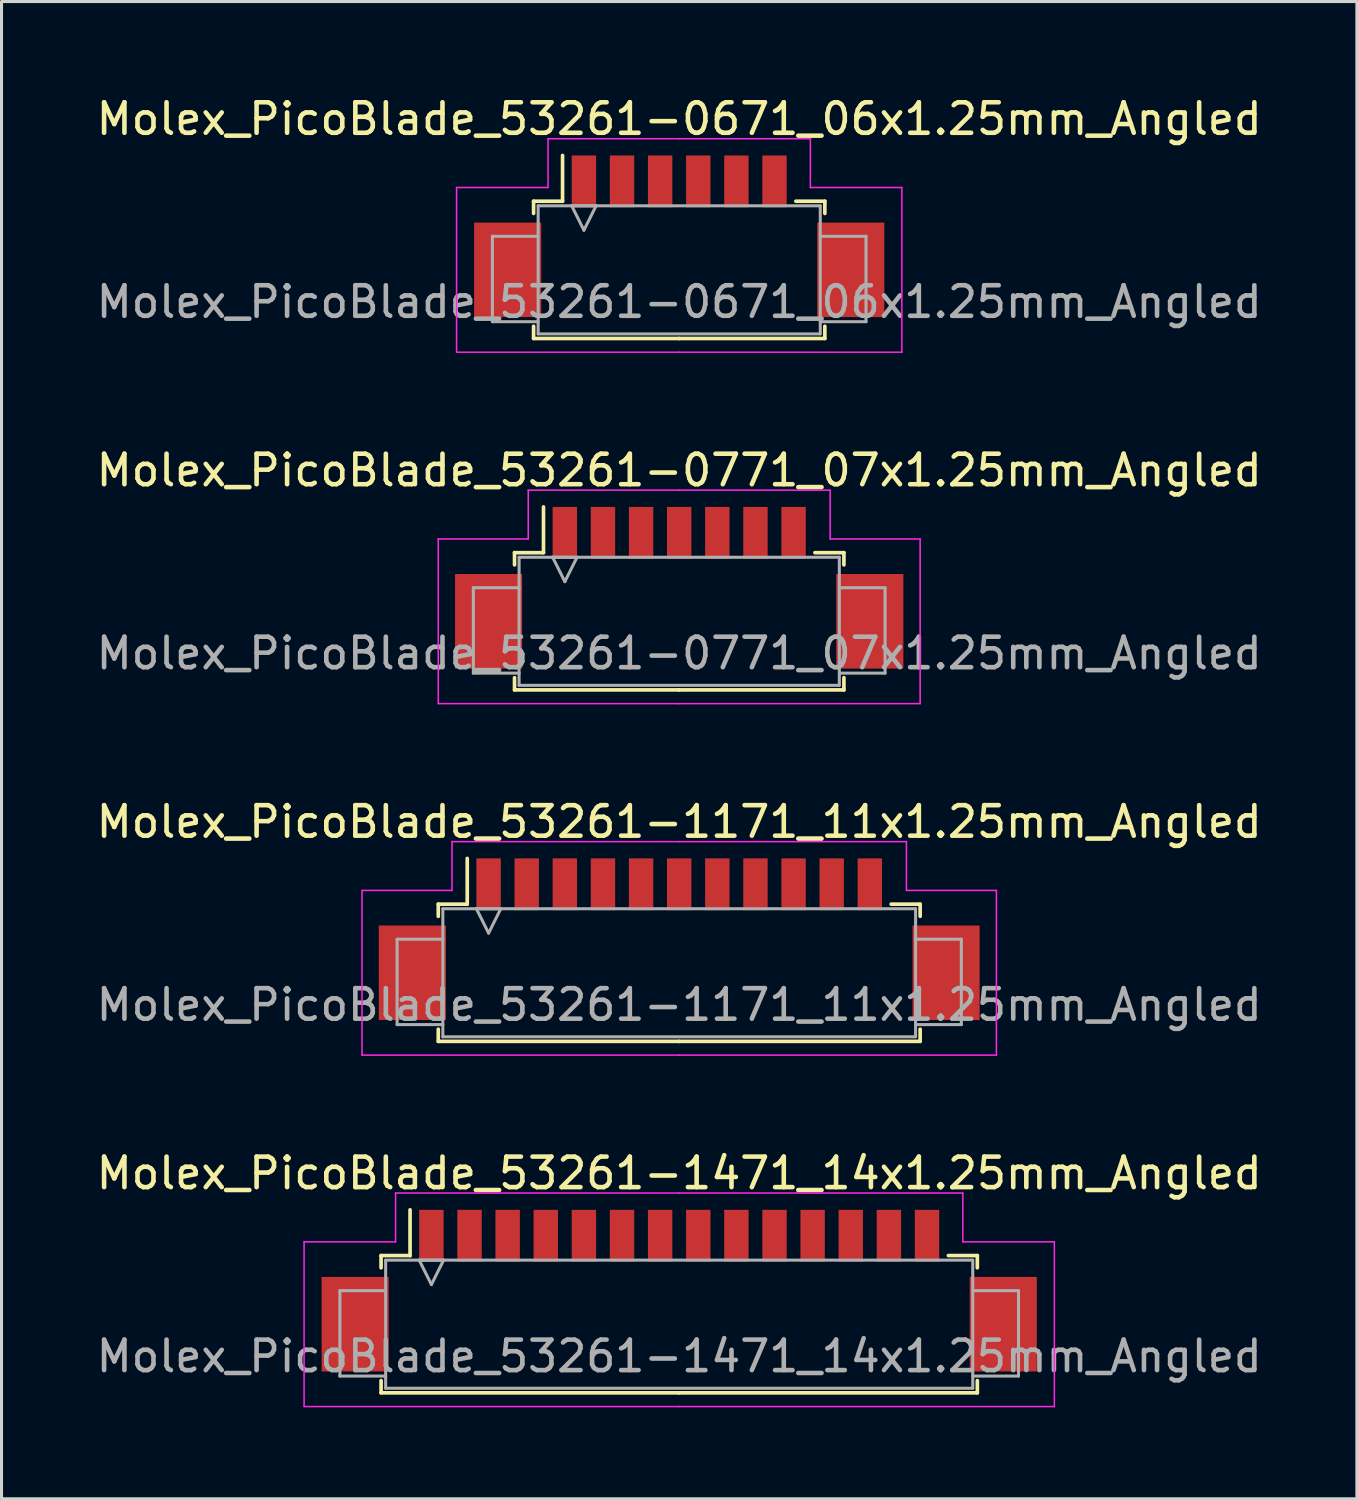
<source format=kicad_pcb>
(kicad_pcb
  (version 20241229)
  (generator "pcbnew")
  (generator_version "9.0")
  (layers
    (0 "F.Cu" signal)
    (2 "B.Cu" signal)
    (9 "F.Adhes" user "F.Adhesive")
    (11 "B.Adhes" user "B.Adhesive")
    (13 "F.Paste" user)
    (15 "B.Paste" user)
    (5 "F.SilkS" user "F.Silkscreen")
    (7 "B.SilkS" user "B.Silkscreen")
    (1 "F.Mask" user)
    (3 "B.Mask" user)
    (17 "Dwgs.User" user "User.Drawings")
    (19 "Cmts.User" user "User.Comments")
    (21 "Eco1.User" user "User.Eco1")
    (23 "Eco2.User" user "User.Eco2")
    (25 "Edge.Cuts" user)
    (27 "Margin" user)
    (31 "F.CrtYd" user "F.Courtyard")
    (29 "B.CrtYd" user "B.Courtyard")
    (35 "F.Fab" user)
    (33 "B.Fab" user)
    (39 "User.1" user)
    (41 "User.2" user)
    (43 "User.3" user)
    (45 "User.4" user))
  (footprint "Molex_PicoBlade_53261-1171_11x1.25mm_Angled"
    (layer "F.Cu")
    (at 19.22 27.395)
    (property "Reference" "Molex_PicoBlade_53261-1171_11x1.25mm_Angled" (at 0 -3.5 0) (layer "F.SilkS") (effects (font (size 1 1) (thickness 0.15))))
    (attr smd)
    (fp_line (start -7.9 -0.8) (end -7.9 -0.4) (stroke (width 0.12) (type solid)) (layer "F.SilkS"))
    (fp_line (start -7.9 3.3) (end -7.9 3.7) (stroke (width 0.12) (type solid)) (layer "F.SilkS"))
    (fp_line (start -7.9 3.7) (end 0 3.7) (stroke (width 0.12) (type solid)) (layer "F.SilkS"))
    (fp_line (start -6.95 -0.8) (end -7.9 -0.8) (stroke (width 0.12) (type solid)) (layer "F.SilkS"))
    (fp_line (start -6.95 -0.8) (end -6.95 -2.3) (stroke (width 0.12) (type solid)) (layer "F.SilkS"))
    (fp_line (start 6.95 -0.8) (end 7.9 -0.8) (stroke (width 0.12) (type solid)) (layer "F.SilkS"))
    (fp_line (start 7.9 -0.8) (end 7.9 -0.4) (stroke (width 0.12) (type solid)) (layer "F.SilkS"))
    (fp_line (start 7.9 3.3) (end 7.9 3.7) (stroke (width 0.12) (type solid)) (layer "F.SilkS"))
    (fp_line (start 7.9 3.7) (end 0 3.7) (stroke (width 0.12) (type solid)) (layer "F.SilkS"))
    (fp_line (start -10.4 -1.25) (end -10.4 4.15) (stroke (width 0.05) (type solid)) (layer "F.CrtYd"))
    (fp_line (start -10.4 4.15) (end 0 4.15) (stroke (width 0.05) (type solid)) (layer "F.CrtYd"))
    (fp_line (start -7.45 -2.85) (end -7.45 -1.25) (stroke (width 0.05) (type solid)) (layer "F.CrtYd"))
    (fp_line (start -7.45 -1.25) (end -10.4 -1.25) (stroke (width 0.05) (type solid)) (layer "F.CrtYd"))
    (fp_line (start 0 -2.85) (end -7.45 -2.85) (stroke (width 0.05) (type solid)) (layer "F.CrtYd"))
    (fp_line (start 0 -2.85) (end 7.45 -2.85) (stroke (width 0.05) (type solid)) (layer "F.CrtYd"))
    (fp_line (start 7.45 -2.85) (end 7.45 -1.25) (stroke (width 0.05) (type solid)) (layer "F.CrtYd"))
    (fp_line (start 7.45 -1.25) (end 10.4 -1.25) (stroke (width 0.05) (type solid)) (layer "F.CrtYd"))
    (fp_line (start 10.4 -1.25) (end 10.4 4.15) (stroke (width 0.05) (type solid)) (layer "F.CrtYd"))
    (fp_line (start 10.4 4.15) (end 0 4.15) (stroke (width 0.05) (type solid)) (layer "F.CrtYd"))
    (fp_line (start -9.25 0.35) (end -9.25 3.15) (stroke (width 0.1) (type solid)) (layer "F.Fab"))
    (fp_line (start -9.25 3.15) (end -7.75 3.15) (stroke (width 0.1) (type solid)) (layer "F.Fab"))
    (fp_line (start -7.75 -0.65) (end 7.75 -0.65) (stroke (width 0.1) (type solid)) (layer "F.Fab"))
    (fp_line (start -7.75 0.35) (end -9.25 0.35) (stroke (width 0.1) (type solid)) (layer "F.Fab"))
    (fp_line (start -7.75 3.55) (end -7.75 -0.65) (stroke (width 0.1) (type solid)) (layer "F.Fab"))
    (fp_line (start -6.65 -0.65) (end -6.25 0.15) (stroke (width 0.1) (type solid)) (layer "F.Fab"))
    (fp_line (start -6.25 0.15) (end -5.85 -0.65) (stroke (width 0.1) (type solid)) (layer "F.Fab"))
    (fp_line (start -5.85 -0.65) (end -6.65 -0.65) (stroke (width 0.1) (type solid)) (layer "F.Fab"))
    (fp_line (start 7.75 -0.65) (end 7.75 3.55) (stroke (width 0.1) (type solid)) (layer "F.Fab"))
    (fp_line (start 7.75 0.35) (end 9.25 0.35) (stroke (width 0.1) (type solid)) (layer "F.Fab"))
    (fp_line (start 7.75 3.55) (end -7.75 3.55) (stroke (width 0.1) (type solid)) (layer "F.Fab"))
    (fp_line (start 9.25 0.35) (end 9.25 3.15) (stroke (width 0.1) (type solid)) (layer "F.Fab"))
    (fp_line (start 9.25 3.15) (end 7.75 3.15) (stroke (width 0.1) (type solid)) (layer "F.Fab"))
    (fp_text user "${REFERENCE}" (at 0 2.5 0) (layer "F.Fab") (effects (font (size 1 1) (thickness 0.15))))
    (pad "" smd rect (at -8.75 1.45) (size 2.2 3.1) (layers "F.Cu" "F.Mask" "F.Paste"))
    (pad "" smd rect (at 8.75 1.45) (size 2.2 3.1) (layers "F.Cu" "F.Mask" "F.Paste"))
    (pad "1" smd rect (at -6.25 -1.45) (size 0.8 1.7) (layers "F.Cu" "F.Mask" "F.Paste"))
    (pad "2" smd rect (at -5 -1.45) (size 0.8 1.7) (layers "F.Cu" "F.Mask" "F.Paste"))
    (pad "3" smd rect (at -3.75 -1.45) (size 0.8 1.7) (layers "F.Cu" "F.Mask" "F.Paste"))
    (pad "4" smd rect (at -2.5 -1.45) (size 0.8 1.7) (layers "F.Cu" "F.Mask" "F.Paste"))
    (pad "5" smd rect (at -1.25 -1.45) (size 0.8 1.7) (layers "F.Cu" "F.Mask" "F.Paste"))
    (pad "6" smd rect (at 0 -1.45) (size 0.8 1.7) (layers "F.Cu" "F.Mask" "F.Paste"))
    (pad "7" smd rect (at 1.25 -1.45) (size 0.8 1.7) (layers "F.Cu" "F.Mask" "F.Paste"))
    (pad "8" smd rect (at 2.5 -1.45) (size 0.8 1.7) (layers "F.Cu" "F.Mask" "F.Paste"))
    (pad "9" smd rect (at 3.75 -1.45) (size 0.8 1.7) (layers "F.Cu" "F.Mask" "F.Paste"))
    (pad "10" smd rect (at 5 -1.45) (size 0.8 1.7) (layers "F.Cu" "F.Mask" "F.Paste"))
    (pad "11" smd rect (at 6.25 -1.45) (size 0.8 1.7) (layers "F.Cu" "F.Mask" "F.Paste")))
  (footprint "Molex_PicoBlade_53261-0771_07x1.25mm_Angled"
    (layer "F.Cu")
    (at 19.22 15.871)
    (property "Reference" "Molex_PicoBlade_53261-0771_07x1.25mm_Angled" (at 0 -3.5 0) (layer "F.SilkS") (effects (font (size 1 1) (thickness 0.15))))
    (attr smd)
    (fp_line (start -5.4 -0.8) (end -5.4 -0.4) (stroke (width 0.12) (type solid)) (layer "F.SilkS"))
    (fp_line (start -5.4 3.3) (end -5.4 3.7) (stroke (width 0.12) (type solid)) (layer "F.SilkS"))
    (fp_line (start -5.4 3.7) (end 0 3.7) (stroke (width 0.12) (type solid)) (layer "F.SilkS"))
    (fp_line (start -4.45 -0.8) (end -5.4 -0.8) (stroke (width 0.12) (type solid)) (layer "F.SilkS"))
    (fp_line (start -4.45 -0.8) (end -4.45 -2.3) (stroke (width 0.12) (type solid)) (layer "F.SilkS"))
    (fp_line (start 4.45 -0.8) (end 5.4 -0.8) (stroke (width 0.12) (type solid)) (layer "F.SilkS"))
    (fp_line (start 5.4 -0.8) (end 5.4 -0.4) (stroke (width 0.12) (type solid)) (layer "F.SilkS"))
    (fp_line (start 5.4 3.3) (end 5.4 3.7) (stroke (width 0.12) (type solid)) (layer "F.SilkS"))
    (fp_line (start 5.4 3.7) (end 0 3.7) (stroke (width 0.12) (type solid)) (layer "F.SilkS"))
    (fp_line (start -7.9 -1.25) (end -7.9 4.15) (stroke (width 0.05) (type solid)) (layer "F.CrtYd"))
    (fp_line (start -7.9 4.15) (end 0 4.15) (stroke (width 0.05) (type solid)) (layer "F.CrtYd"))
    (fp_line (start -4.95 -2.85) (end -4.95 -1.25) (stroke (width 0.05) (type solid)) (layer "F.CrtYd"))
    (fp_line (start -4.95 -1.25) (end -7.9 -1.25) (stroke (width 0.05) (type solid)) (layer "F.CrtYd"))
    (fp_line (start 0 -2.85) (end -4.95 -2.85) (stroke (width 0.05) (type solid)) (layer "F.CrtYd"))
    (fp_line (start 0 -2.85) (end 4.95 -2.85) (stroke (width 0.05) (type solid)) (layer "F.CrtYd"))
    (fp_line (start 4.95 -2.85) (end 4.95 -1.25) (stroke (width 0.05) (type solid)) (layer "F.CrtYd"))
    (fp_line (start 4.95 -1.25) (end 7.9 -1.25) (stroke (width 0.05) (type solid)) (layer "F.CrtYd"))
    (fp_line (start 7.9 -1.25) (end 7.9 4.15) (stroke (width 0.05) (type solid)) (layer "F.CrtYd"))
    (fp_line (start 7.9 4.15) (end 0 4.15) (stroke (width 0.05) (type solid)) (layer "F.CrtYd"))
    (fp_line (start -6.75 0.35) (end -6.75 3.15) (stroke (width 0.1) (type solid)) (layer "F.Fab"))
    (fp_line (start -6.75 3.15) (end -5.25 3.15) (stroke (width 0.1) (type solid)) (layer "F.Fab"))
    (fp_line (start -5.25 -0.65) (end 5.25 -0.65) (stroke (width 0.1) (type solid)) (layer "F.Fab"))
    (fp_line (start -5.25 0.35) (end -6.75 0.35) (stroke (width 0.1) (type solid)) (layer "F.Fab"))
    (fp_line (start -5.25 3.55) (end -5.25 -0.65) (stroke (width 0.1) (type solid)) (layer "F.Fab"))
    (fp_line (start -4.15 -0.65) (end -3.75 0.15) (stroke (width 0.1) (type solid)) (layer "F.Fab"))
    (fp_line (start -3.75 0.15) (end -3.35 -0.65) (stroke (width 0.1) (type solid)) (layer "F.Fab"))
    (fp_line (start -3.35 -0.65) (end -4.15 -0.65) (stroke (width 0.1) (type solid)) (layer "F.Fab"))
    (fp_line (start 5.25 -0.65) (end 5.25 3.55) (stroke (width 0.1) (type solid)) (layer "F.Fab"))
    (fp_line (start 5.25 0.35) (end 6.75 0.35) (stroke (width 0.1) (type solid)) (layer "F.Fab"))
    (fp_line (start 5.25 3.55) (end -5.25 3.55) (stroke (width 0.1) (type solid)) (layer "F.Fab"))
    (fp_line (start 6.75 0.35) (end 6.75 3.15) (stroke (width 0.1) (type solid)) (layer "F.Fab"))
    (fp_line (start 6.75 3.15) (end 5.25 3.15) (stroke (width 0.1) (type solid)) (layer "F.Fab"))
    (fp_text user "${REFERENCE}" (at 0 2.5 0) (layer "F.Fab") (effects (font (size 1 1) (thickness 0.15))))
    (pad "" smd rect (at -6.25 1.45) (size 2.2 3.1) (layers "F.Cu" "F.Mask" "F.Paste"))
    (pad "" smd rect (at 6.25 1.45) (size 2.2 3.1) (layers "F.Cu" "F.Mask" "F.Paste"))
    (pad "1" smd rect (at -3.75 -1.45) (size 0.8 1.7) (layers "F.Cu" "F.Mask" "F.Paste"))
    (pad "2" smd rect (at -2.5 -1.45) (size 0.8 1.7) (layers "F.Cu" "F.Mask" "F.Paste"))
    (pad "3" smd rect (at -1.25 -1.45) (size 0.8 1.7) (layers "F.Cu" "F.Mask" "F.Paste"))
    (pad "4" smd rect (at 0 -1.45) (size 0.8 1.7) (layers "F.Cu" "F.Mask" "F.Paste"))
    (pad "5" smd rect (at 1.25 -1.45) (size 0.8 1.7) (layers "F.Cu" "F.Mask" "F.Paste"))
    (pad "6" smd rect (at 2.5 -1.45) (size 0.8 1.7) (layers "F.Cu" "F.Mask" "F.Paste"))
    (pad "7" smd rect (at 3.75 -1.45) (size 0.8 1.7) (layers "F.Cu" "F.Mask" "F.Paste")))
  (footprint "Molex_PicoBlade_53261-1471_14x1.25mm_Angled"
    (layer "F.Cu")
    (at 19.22 38.918)
    (property "Reference" "Molex_PicoBlade_53261-1471_14x1.25mm_Angled" (at 0 -3.5 0) (layer "F.SilkS") (effects (font (size 1 1) (thickness 0.15))))
    (attr smd)
    (fp_line (start -9.775 -0.8) (end -9.775 -0.4) (stroke (width 0.12) (type solid)) (layer "F.SilkS"))
    (fp_line (start -9.775 3.3) (end -9.775 3.7) (stroke (width 0.12) (type solid)) (layer "F.SilkS"))
    (fp_line (start -9.775 3.7) (end 0 3.7) (stroke (width 0.12) (type solid)) (layer "F.SilkS"))
    (fp_line (start -8.825 -0.8) (end -9.775 -0.8) (stroke (width 0.12) (type solid)) (layer "F.SilkS"))
    (fp_line (start -8.825 -0.8) (end -8.825 -2.3) (stroke (width 0.12) (type solid)) (layer "F.SilkS"))
    (fp_line (start 8.825 -0.8) (end 9.775 -0.8) (stroke (width 0.12) (type solid)) (layer "F.SilkS"))
    (fp_line (start 9.775 -0.8) (end 9.775 -0.4) (stroke (width 0.12) (type solid)) (layer "F.SilkS"))
    (fp_line (start 9.775 3.3) (end 9.775 3.7) (stroke (width 0.12) (type solid)) (layer "F.SilkS"))
    (fp_line (start 9.775 3.7) (end 0 3.7) (stroke (width 0.12) (type solid)) (layer "F.SilkS"))
    (fp_line (start -12.3 -1.25) (end -12.3 4.15) (stroke (width 0.05) (type solid)) (layer "F.CrtYd"))
    (fp_line (start -12.3 4.15) (end 0 4.15) (stroke (width 0.05) (type solid)) (layer "F.CrtYd"))
    (fp_line (start -9.3 -2.85) (end -9.3 -1.25) (stroke (width 0.05) (type solid)) (layer "F.CrtYd"))
    (fp_line (start -9.3 -1.25) (end -12.3 -1.25) (stroke (width 0.05) (type solid)) (layer "F.CrtYd"))
    (fp_line (start 0 -2.85) (end -9.3 -2.85) (stroke (width 0.05) (type solid)) (layer "F.CrtYd"))
    (fp_line (start 0 -2.85) (end 9.3 -2.85) (stroke (width 0.05) (type solid)) (layer "F.CrtYd"))
    (fp_line (start 9.3 -2.85) (end 9.3 -1.25) (stroke (width 0.05) (type solid)) (layer "F.CrtYd"))
    (fp_line (start 9.3 -1.25) (end 12.3 -1.25) (stroke (width 0.05) (type solid)) (layer "F.CrtYd"))
    (fp_line (start 12.3 -1.25) (end 12.3 4.15) (stroke (width 0.05) (type solid)) (layer "F.CrtYd"))
    (fp_line (start 12.3 4.15) (end 0 4.15) (stroke (width 0.05) (type solid)) (layer "F.CrtYd"))
    (fp_line (start -11.125 0.35) (end -11.125 3.15) (stroke (width 0.1) (type solid)) (layer "F.Fab"))
    (fp_line (start -11.125 3.15) (end -9.625 3.15) (stroke (width 0.1) (type solid)) (layer "F.Fab"))
    (fp_line (start -9.625 -0.65) (end 9.625 -0.65) (stroke (width 0.1) (type solid)) (layer "F.Fab"))
    (fp_line (start -9.625 0.35) (end -11.125 0.35) (stroke (width 0.1) (type solid)) (layer "F.Fab"))
    (fp_line (start -9.625 3.55) (end -9.625 -0.65) (stroke (width 0.1) (type solid)) (layer "F.Fab"))
    (fp_line (start -8.525 -0.65) (end -8.125 0.15) (stroke (width 0.1) (type solid)) (layer "F.Fab"))
    (fp_line (start -8.125 0.15) (end -7.725 -0.65) (stroke (width 0.1) (type solid)) (layer "F.Fab"))
    (fp_line (start -7.725 -0.65) (end -8.525 -0.65) (stroke (width 0.1) (type solid)) (layer "F.Fab"))
    (fp_line (start 9.625 -0.65) (end 9.625 3.55) (stroke (width 0.1) (type solid)) (layer "F.Fab"))
    (fp_line (start 9.625 0.35) (end 11.125 0.35) (stroke (width 0.1) (type solid)) (layer "F.Fab"))
    (fp_line (start 9.625 3.55) (end -9.625 3.55) (stroke (width 0.1) (type solid)) (layer "F.Fab"))
    (fp_line (start 11.125 0.35) (end 11.125 3.15) (stroke (width 0.1) (type solid)) (layer "F.Fab"))
    (fp_line (start 11.125 3.15) (end 9.625 3.15) (stroke (width 0.1) (type solid)) (layer "F.Fab"))
    (fp_text user "${REFERENCE}" (at 0 2.5 0) (layer "F.Fab") (effects (font (size 1 1) (thickness 0.15))))
    (pad "" smd rect (at -10.625 1.45) (size 2.2 3.1) (layers "F.Cu" "F.Mask" "F.Paste"))
    (pad "" smd rect (at 10.625 1.45) (size 2.2 3.1) (layers "F.Cu" "F.Mask" "F.Paste"))
    (pad "1" smd rect (at -8.125 -1.45) (size 0.8 1.7) (layers "F.Cu" "F.Mask" "F.Paste"))
    (pad "2" smd rect (at -6.875 -1.45) (size 0.8 1.7) (layers "F.Cu" "F.Mask" "F.Paste"))
    (pad "3" smd rect (at -5.625 -1.45) (size 0.8 1.7) (layers "F.Cu" "F.Mask" "F.Paste"))
    (pad "4" smd rect (at -4.375 -1.45) (size 0.8 1.7) (layers "F.Cu" "F.Mask" "F.Paste"))
    (pad "5" smd rect (at -3.125 -1.45) (size 0.8 1.7) (layers "F.Cu" "F.Mask" "F.Paste"))
    (pad "6" smd rect (at -1.875 -1.45) (size 0.8 1.7) (layers "F.Cu" "F.Mask" "F.Paste"))
    (pad "7" smd rect (at -0.625 -1.45) (size 0.8 1.7) (layers "F.Cu" "F.Mask" "F.Paste"))
    (pad "8" smd rect (at 0.625 -1.45) (size 0.8 1.7) (layers "F.Cu" "F.Mask" "F.Paste"))
    (pad "9" smd rect (at 1.875 -1.45) (size 0.8 1.7) (layers "F.Cu" "F.Mask" "F.Paste"))
    (pad "10" smd rect (at 3.125 -1.45) (size 0.8 1.7) (layers "F.Cu" "F.Mask" "F.Paste"))
    (pad "11" smd rect (at 4.375 -1.45) (size 0.8 1.7) (layers "F.Cu" "F.Mask" "F.Paste"))
    (pad "12" smd rect (at 5.625 -1.45) (size 0.8 1.7) (layers "F.Cu" "F.Mask" "F.Paste"))
    (pad "13" smd rect (at 6.875 -1.45) (size 0.8 1.7) (layers "F.Cu" "F.Mask" "F.Paste"))
    (pad "14" smd rect (at 8.125 -1.45) (size 0.8 1.7) (layers "F.Cu" "F.Mask" "F.Paste")))
  (footprint "Molex_PicoBlade_53261-0671_06x1.25mm_Angled"
    (layer "F.Cu")
    (at 19.22 4.348)
    (property "Reference" "Molex_PicoBlade_53261-0671_06x1.25mm_Angled" (at 0 -3.5 0) (layer "F.SilkS") (effects (font (size 1 1) (thickness 0.15))))
    (attr smd)
    (fp_line (start -4.775 -0.8) (end -4.775 -0.4) (stroke (width 0.12) (type solid)) (layer "F.SilkS"))
    (fp_line (start -4.775 3.3) (end -4.775 3.7) (stroke (width 0.12) (type solid)) (layer "F.SilkS"))
    (fp_line (start -4.775 3.7) (end 0 3.7) (stroke (width 0.12) (type solid)) (layer "F.SilkS"))
    (fp_line (start -3.825 -0.8) (end -4.775 -0.8) (stroke (width 0.12) (type solid)) (layer "F.SilkS"))
    (fp_line (start -3.825 -0.8) (end -3.825 -2.3) (stroke (width 0.12) (type solid)) (layer "F.SilkS"))
    (fp_line (start 3.825 -0.8) (end 4.775 -0.8) (stroke (width 0.12) (type solid)) (layer "F.SilkS"))
    (fp_line (start 4.775 -0.8) (end 4.775 -0.4) (stroke (width 0.12) (type solid)) (layer "F.SilkS"))
    (fp_line (start 4.775 3.3) (end 4.775 3.7) (stroke (width 0.12) (type solid)) (layer "F.SilkS"))
    (fp_line (start 4.775 3.7) (end 0 3.7) (stroke (width 0.12) (type solid)) (layer "F.SilkS"))
    (fp_line (start -7.3 -1.25) (end -7.3 4.15) (stroke (width 0.05) (type solid)) (layer "F.CrtYd"))
    (fp_line (start -7.3 4.15) (end 0 4.15) (stroke (width 0.05) (type solid)) (layer "F.CrtYd"))
    (fp_line (start -4.3 -2.85) (end -4.3 -1.25) (stroke (width 0.05) (type solid)) (layer "F.CrtYd"))
    (fp_line (start -4.3 -1.25) (end -7.3 -1.25) (stroke (width 0.05) (type solid)) (layer "F.CrtYd"))
    (fp_line (start 0 -2.85) (end -4.3 -2.85) (stroke (width 0.05) (type solid)) (layer "F.CrtYd"))
    (fp_line (start 0 -2.85) (end 4.3 -2.85) (stroke (width 0.05) (type solid)) (layer "F.CrtYd"))
    (fp_line (start 4.3 -2.85) (end 4.3 -1.25) (stroke (width 0.05) (type solid)) (layer "F.CrtYd"))
    (fp_line (start 4.3 -1.25) (end 7.3 -1.25) (stroke (width 0.05) (type solid)) (layer "F.CrtYd"))
    (fp_line (start 7.3 -1.25) (end 7.3 4.15) (stroke (width 0.05) (type solid)) (layer "F.CrtYd"))
    (fp_line (start 7.3 4.15) (end 0 4.15) (stroke (width 0.05) (type solid)) (layer "F.CrtYd"))
    (fp_line (start -6.125 0.35) (end -6.125 3.15) (stroke (width 0.1) (type solid)) (layer "F.Fab"))
    (fp_line (start -6.125 3.15) (end -4.625 3.15) (stroke (width 0.1) (type solid)) (layer "F.Fab"))
    (fp_line (start -4.625 -0.65) (end 4.625 -0.65) (stroke (width 0.1) (type solid)) (layer "F.Fab"))
    (fp_line (start -4.625 0.35) (end -6.125 0.35) (stroke (width 0.1) (type solid)) (layer "F.Fab"))
    (fp_line (start -4.625 3.55) (end -4.625 -0.65) (stroke (width 0.1) (type solid)) (layer "F.Fab"))
    (fp_line (start -3.525 -0.65) (end -3.125 0.15) (stroke (width 0.1) (type solid)) (layer "F.Fab"))
    (fp_line (start -3.125 0.15) (end -2.725 -0.65) (stroke (width 0.1) (type solid)) (layer "F.Fab"))
    (fp_line (start -2.725 -0.65) (end -3.525 -0.65) (stroke (width 0.1) (type solid)) (layer "F.Fab"))
    (fp_line (start 4.625 -0.65) (end 4.625 3.55) (stroke (width 0.1) (type solid)) (layer "F.Fab"))
    (fp_line (start 4.625 0.35) (end 6.125 0.35) (stroke (width 0.1) (type solid)) (layer "F.Fab"))
    (fp_line (start 4.625 3.55) (end -4.625 3.55) (stroke (width 0.1) (type solid)) (layer "F.Fab"))
    (fp_line (start 6.125 0.35) (end 6.125 3.15) (stroke (width 0.1) (type solid)) (layer "F.Fab"))
    (fp_line (start 6.125 3.15) (end 4.625 3.15) (stroke (width 0.1) (type solid)) (layer "F.Fab"))
    (fp_text user "${REFERENCE}" (at 0 2.5 0) (layer "F.Fab") (effects (font (size 1 1) (thickness 0.15))))
    (pad "" smd rect (at -5.625 1.45) (size 2.2 3.1) (layers "F.Cu" "F.Mask" "F.Paste"))
    (pad "" smd rect (at 5.625 1.45) (size 2.2 3.1) (layers "F.Cu" "F.Mask" "F.Paste"))
    (pad "1" smd rect (at -3.125 -1.45) (size 0.8 1.7) (layers "F.Cu" "F.Mask" "F.Paste"))
    (pad "2" smd rect (at -1.875 -1.45) (size 0.8 1.7) (layers "F.Cu" "F.Mask" "F.Paste"))
    (pad "3" smd rect (at -0.625 -1.45) (size 0.8 1.7) (layers "F.Cu" "F.Mask" "F.Paste"))
    (pad "4" smd rect (at 0.625 -1.45) (size 0.8 1.7) (layers "F.Cu" "F.Mask" "F.Paste"))
    (pad "5" smd rect (at 1.875 -1.45) (size 0.8 1.7) (layers "F.Cu" "F.Mask" "F.Paste"))
    (pad "6" smd rect (at 3.125 -1.45) (size 0.8 1.7) (layers "F.Cu" "F.Mask" "F.Paste")))
  (gr_rect
    (start -3 -3)
    (end 41.44 46.093)
    (stroke (width 0.1) (type default))
    (fill no)
    (layer "Edge.Cuts")))
</source>
